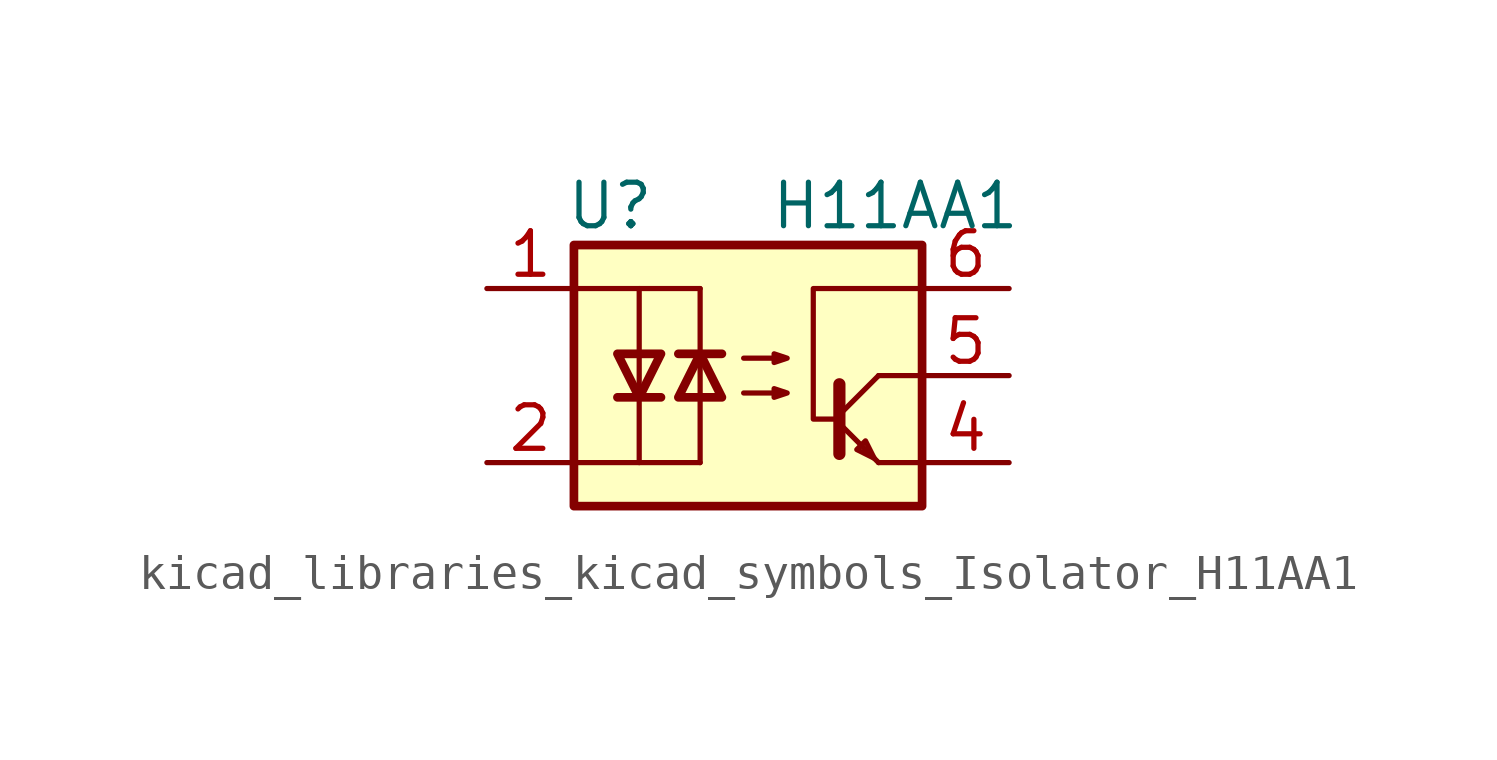
<source format=kicad_sym>
(kicad_symbol_lib
  (version 20220914)
  (generator kicad_symbol_editor)
  (symbol "kicad_libraries_kicad_symbols_Isolator_H11AA1"
    (property "Reference" "U"
      (at -5.334 4.953 0)
      (effects (font (size 1.27 1.27)) (justify left)))
    (property "Value" "H11AA1"
      (at 0.635 4.953 0)
      (effects (font (size 1.27 1.27)) (justify left)))
    (symbol "kicad_libraries_kicad_symbols_Isolator_H11AA1_0_1"
      (polyline (pts (xy -2.032 0.635) (xy -0.762 0.635)) (stroke (width 0.254) (type default)) (fill (type none)))
      (polyline (pts (xy -1.397 -2.54) (xy -3.175 -2.54)) (stroke (width 0.152) (type default)) (fill (type none)))
      (polyline (pts (xy -1.397 -0.635) (xy -1.397 -2.54)) (stroke (width 0) (type default)) (fill (type none)))
      (polyline (pts (xy -1.397 0.635) (xy -1.397 -0.635)) (stroke (width 0) (type default)) (fill (type none)))
      (polyline (pts (xy -1.397 0.635) (xy -1.397 2.54)) (stroke (width 0) (type default)) (fill (type none)))
      (polyline (pts (xy -1.397 2.54) (xy -3.175 2.54)) (stroke (width 0.152) (type default)) (fill (type none)))
      (polyline (pts (xy -1.397 0.635) (xy -2.032 -0.635) (xy -0.762 -0.635) (xy -1.397 0.635)) (stroke (width 0.254) (type default)) (fill (type none))))
    (symbol "kicad_libraries_kicad_symbols_Isolator_H11AA1_1_1"
      (rectangle (start -5.08 3.81) (end 5.08 -3.81) (stroke (width 0.254) (type default)) (fill (type background)))
      (polyline (pts (xy -3.81 -0.635) (xy -2.54 -0.635)) (stroke (width 0.254) (type default)) (fill (type none)))
      (polyline (pts (xy 2.667 -1.397) (xy 3.81 -2.54)) (stroke (width 0) (type default)) (fill (type none)))
      (polyline (pts (xy 2.667 -1.143) (xy 3.81 0)) (stroke (width 0) (type default)) (fill (type none)))
      (polyline (pts (xy 3.81 -2.54) (xy 5.08 -2.54)) (stroke (width 0) (type default)) (fill (type none)))
      (polyline (pts (xy 3.81 0) (xy 5.08 0)) (stroke (width 0) (type default)) (fill (type none)))
      (polyline (pts (xy 2.667 -0.254) (xy 2.667 -2.286) (xy 2.667 -2.286)) (stroke (width 0.356) (type default)) (fill (type none)))
      (polyline (pts (xy -5.08 -2.54) (xy -3.175 -2.54) (xy -3.175 2.54) (xy -5.08 2.54)) (stroke (width 0) (type default)) (fill (type none)))
      (polyline (pts (xy -3.175 -0.635) (xy -3.81 0.635) (xy -2.54 0.635) (xy -3.175 -0.635)) (stroke (width 0.254) (type default)) (fill (type none)))
      (polyline (pts (xy 3.683 -2.413) (xy 3.429 -1.905) (xy 3.175 -2.159) (xy 3.683 -2.413)) (stroke (width 0) (type default)) (fill (type none)))
      (polyline (pts (xy 5.08 2.54) (xy 1.905 2.54) (xy 1.905 -1.27) (xy 2.54 -1.27)) (stroke (width 0) (type default)) (fill (type none)))
      (polyline (pts (xy -0.127 -0.508) (xy 1.143 -0.508) (xy 0.762 -0.635) (xy 0.762 -0.381) (xy 1.143 -0.508)) (stroke (width 0) (type default)) (fill (type none)))
      (polyline (pts (xy -0.127 0.508) (xy 1.143 0.508) (xy 0.762 0.381) (xy 0.762 0.635) (xy 1.143 0.508)) (stroke (width 0) (type default)) (fill (type none)))
      (pin passive line (at -7.62 2.54 0) (length 2.54) (name "~" (effects (font (size 1.27 1.27)))) (number "1" (effects (font (size 1.27 1.27)))))
      (pin passive line (at -7.62 -2.54 0) (length 2.54) (name "~" (effects (font (size 1.27 1.27)))) (number "2" (effects (font (size 1.27 1.27)))))
      (pin no_connect line (at -5.08 0 0) (length 2.54) hide (name "NC" (effects (font (size 1.27 1.27)))) (number "3" (effects (font (size 1.27 1.27)))))
      (pin passive line (at 7.62 -2.54 180) (length 2.54) (name "~" (effects (font (size 1.27 1.27)))) (number "4" (effects (font (size 1.27 1.27)))))
      (pin passive line (at 7.62 0 180) (length 2.54) (name "~" (effects (font (size 1.27 1.27)))) (number "5" (effects (font (size 1.27 1.27)))))
      (pin passive line (at 7.62 2.54 180) (length 2.54) (name "~" (effects (font (size 1.27 1.27)))) (number "6" (effects (font (size 1.27 1.27))))))))
</source>
